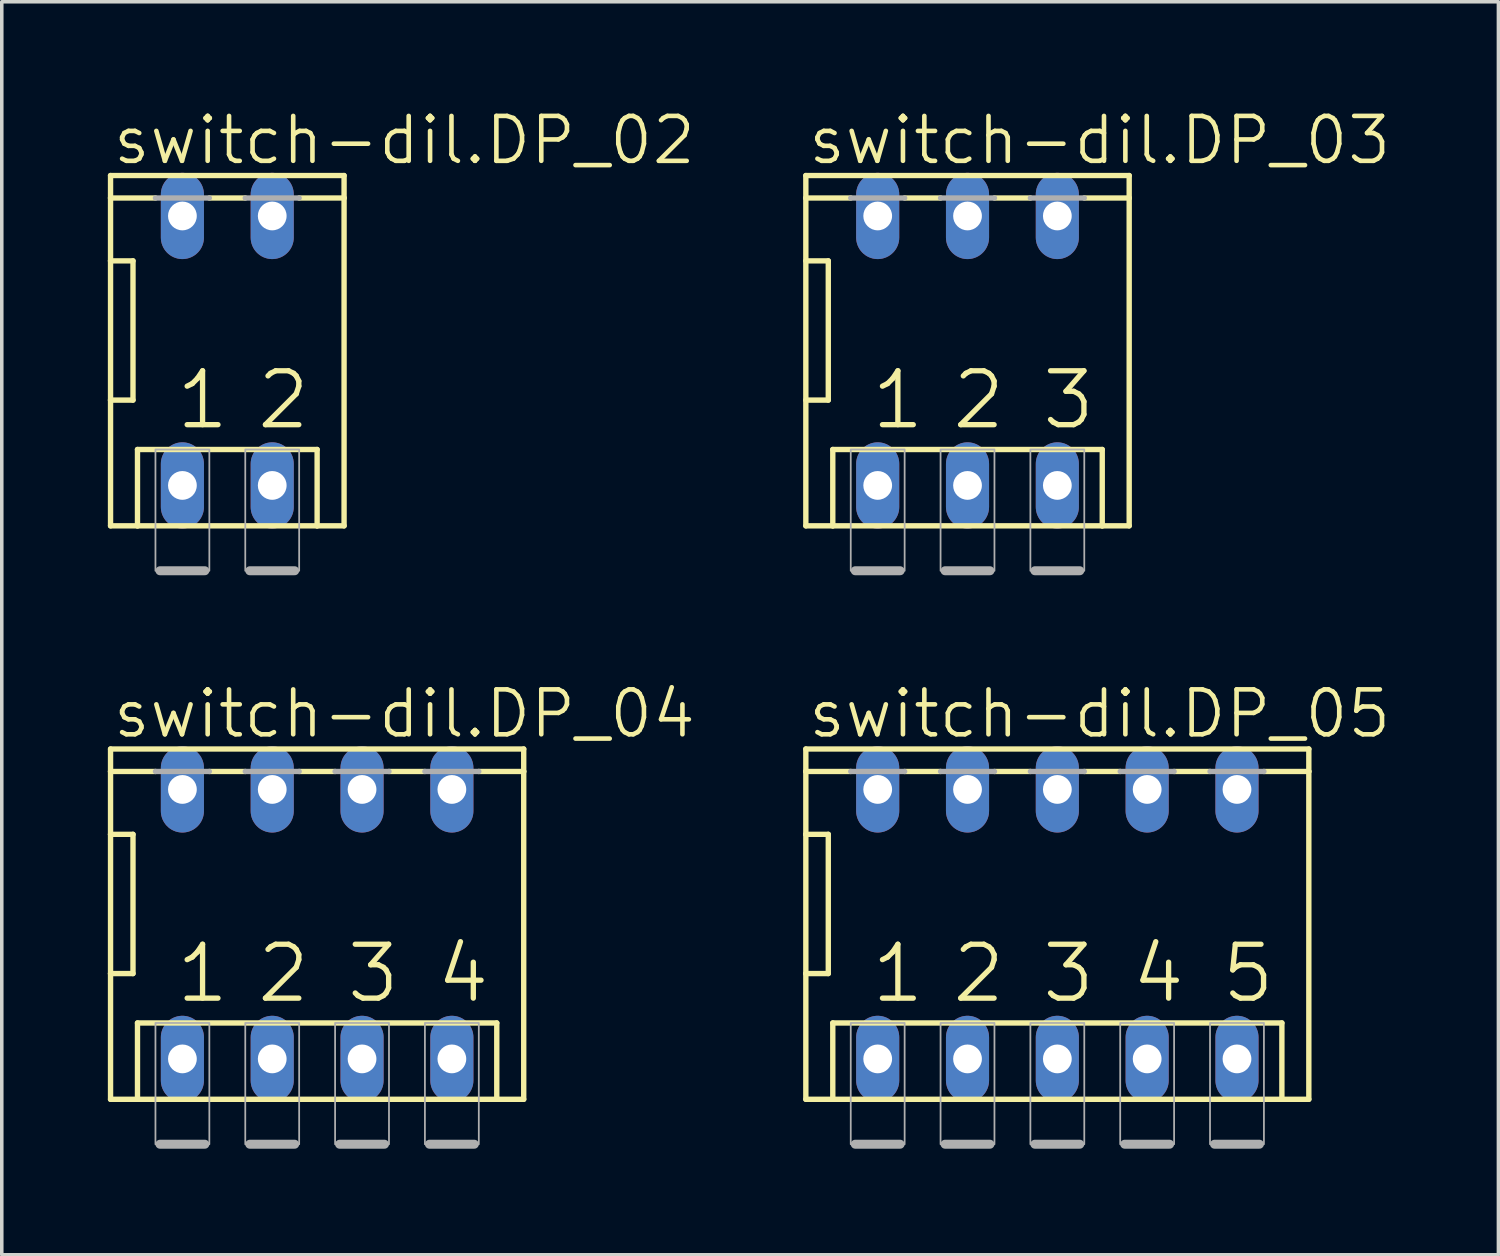
<source format=kicad_pcb>
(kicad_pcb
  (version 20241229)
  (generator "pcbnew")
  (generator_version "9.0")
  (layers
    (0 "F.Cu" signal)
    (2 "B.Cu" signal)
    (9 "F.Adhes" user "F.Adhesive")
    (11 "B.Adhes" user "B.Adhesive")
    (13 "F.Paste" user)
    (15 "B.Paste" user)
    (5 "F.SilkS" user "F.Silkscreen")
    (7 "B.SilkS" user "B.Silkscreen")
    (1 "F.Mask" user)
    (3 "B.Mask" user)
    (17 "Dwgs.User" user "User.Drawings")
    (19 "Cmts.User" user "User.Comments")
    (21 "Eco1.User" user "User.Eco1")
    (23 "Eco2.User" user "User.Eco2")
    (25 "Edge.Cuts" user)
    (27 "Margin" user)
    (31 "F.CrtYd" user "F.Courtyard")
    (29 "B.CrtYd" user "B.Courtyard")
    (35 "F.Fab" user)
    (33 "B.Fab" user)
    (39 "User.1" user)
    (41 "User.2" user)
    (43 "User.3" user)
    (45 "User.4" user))
  (footprint "switch-dil.DP_03"
    (layer "F.Cu")
    (at 24.31 6.867)
    (property "Reference" "switch-dil.DP_03" (at -4.572 -5.207 0) (layer "F.SilkS") (effects (font (size 1.27 1.27) (thickness 0.13)) (justify left bottom)))
    (attr through_hole)
    (fp_line (start -4.572 -4.953) (end -4.572 -4.318) (stroke (width 0.152) (type default)) (layer "F.SilkS"))
    (fp_line (start -4.572 -4.318) (end -4.572 4.953) (stroke (width 0.152) (type default)) (layer "F.SilkS"))
    (fp_line (start -4.572 -2.54) (end -3.937 -2.54) (stroke (width 0.152) (type default)) (layer "F.SilkS"))
    (fp_line (start -4.572 4.953) (end -3.81 4.953) (stroke (width 0.152) (type default)) (layer "F.SilkS"))
    (fp_line (start -3.937 1.397) (end -4.572 1.397) (stroke (width 0.152) (type default)) (layer "F.SilkS"))
    (fp_line (start -3.937 1.397) (end -3.937 -2.54) (stroke (width 0.152) (type default)) (layer "F.SilkS"))
    (fp_line (start -3.81 2.794) (end -3.81 4.953) (stroke (width 0.152) (type default)) (layer "F.SilkS"))
    (fp_line (start -3.81 2.794) (end 3.81 2.794) (stroke (width 0.152) (type default)) (layer "F.SilkS"))
    (fp_line (start -3.81 4.953) (end 3.81 4.953) (stroke (width 0.152) (type default)) (layer "F.SilkS"))
    (fp_line (start -3.302 -4.318) (end -4.572 -4.318) (stroke (width 0.152) (type default)) (layer "F.SilkS"))
    (fp_line (start -1.778 -4.318) (end -0.762 -4.318) (stroke (width 0.152) (type default)) (layer "F.SilkS"))
    (fp_line (start 0.762 -4.318) (end 1.778 -4.318) (stroke (width 0.152) (type default)) (layer "F.SilkS"))
    (fp_line (start 3.81 2.794) (end 3.81 4.953) (stroke (width 0.152) (type default)) (layer "F.SilkS"))
    (fp_line (start 3.81 4.953) (end 4.572 4.953) (stroke (width 0.152) (type default)) (layer "F.SilkS"))
    (fp_line (start 4.572 -4.953) (end -4.572 -4.953) (stroke (width 0.152) (type default)) (layer "F.SilkS"))
    (fp_line (start 4.572 -4.318) (end 3.302 -4.318) (stroke (width 0.152) (type default)) (layer "F.SilkS"))
    (fp_line (start 4.572 -4.318) (end 4.572 -4.953) (stroke (width 0.152) (type default)) (layer "F.SilkS"))
    (fp_line (start 4.572 4.953) (end 4.572 -4.318) (stroke (width 0.152) (type default)) (layer "F.SilkS"))
    (fp_line (start -3.175 6.223) (end -1.905 6.223) (stroke (width 0.254) (type default)) (layer "F.Fab"))
    (fp_line (start -1.778 -4.318) (end -3.302 -4.318) (stroke (width 0.152) (type default)) (layer "F.Fab"))
    (fp_line (start -0.635 6.223) (end 0.635 6.223) (stroke (width 0.254) (type default)) (layer "F.Fab"))
    (fp_line (start 0.762 -4.318) (end -0.762 -4.318) (stroke (width 0.152) (type default)) (layer "F.Fab"))
    (fp_line (start 1.905 6.223) (end 3.175 6.223) (stroke (width 0.254) (type default)) (layer "F.Fab"))
    (fp_line (start 3.302 -4.318) (end 1.778 -4.318) (stroke (width 0.152) (type default)) (layer "F.Fab"))
    (fp_rect (start -3.302 6.223) (end -1.778 2.794) (stroke (width 0.05) (type default)) (fill no) (layer "F.Fab"))
    (fp_rect (start -0.762 6.223) (end 0.762 2.794) (stroke (width 0.05) (type default)) (fill no) (layer "F.Fab"))
    (fp_rect (start 1.778 6.223) (end 3.302 2.794) (stroke (width 0.05) (type default)) (fill no) (layer "F.Fab"))
    (fp_text user "3" (at 2.032 2.286 0) (layer "F.SilkS") (effects (font (size 1.524 1.524) (thickness 0.15)) (justify left bottom)))
    (fp_text user "2" (at -0.508 2.286 0) (layer "F.SilkS") (effects (font (size 1.524 1.524) (thickness 0.15)) (justify left bottom)))
    (fp_text user "1" (at -2.794 2.286 0) (layer "F.SilkS") (effects (font (size 1.524 1.524) (thickness 0.15)) (justify left bottom)))
    (pad "1" thru_hole oval (at -2.54 3.81 90) (size 2.438 1.219) (drill 0.813) (layers "*.Cu" "*.Mask"))
    (pad "2" thru_hole oval (at 0 3.81 90) (size 2.438 1.219) (drill 0.813) (layers "*.Cu" "*.Mask"))
    (pad "3" thru_hole oval (at 2.54 3.81 90) (size 2.438 1.219) (drill 0.813) (layers "*.Cu" "*.Mask"))
    (pad "4" thru_hole oval (at 2.54 -3.81 90) (size 2.438 1.219) (drill 0.813) (layers "*.Cu" "*.Mask"))
    (pad "5" thru_hole oval (at 0 -3.81 90) (size 2.438 1.219) (drill 0.813) (layers "*.Cu" "*.Mask"))
    (pad "6" thru_hole oval (at -2.54 -3.81 90) (size 2.438 1.219) (drill 0.813) (layers "*.Cu" "*.Mask")))
  (footprint "switch-dil.DP_04"
    (layer "F.Cu")
    (at 5.918 23.084)
    (property "Reference" "switch-dil.DP_04" (at -5.842 -5.207 0) (layer "F.SilkS") (effects (font (size 1.27 1.27) (thickness 0.13)) (justify left bottom)))
    (attr through_hole)
    (fp_line (start -5.842 -4.953) (end -5.842 -4.318) (stroke (width 0.152) (type default)) (layer "F.SilkS"))
    (fp_line (start -5.842 -4.318) (end -5.842 -2.54) (stroke (width 0.152) (type default)) (layer "F.SilkS"))
    (fp_line (start -5.842 -2.54) (end -5.842 1.397) (stroke (width 0.152) (type default)) (layer "F.SilkS"))
    (fp_line (start -5.842 -2.54) (end -5.207 -2.54) (stroke (width 0.152) (type default)) (layer "F.SilkS"))
    (fp_line (start -5.842 1.397) (end -5.842 4.953) (stroke (width 0.152) (type default)) (layer "F.SilkS"))
    (fp_line (start -5.842 4.953) (end -5.08 4.953) (stroke (width 0.152) (type default)) (layer "F.SilkS"))
    (fp_line (start -5.207 1.397) (end -5.842 1.397) (stroke (width 0.152) (type default)) (layer "F.SilkS"))
    (fp_line (start -5.207 1.397) (end -5.207 -2.54) (stroke (width 0.152) (type default)) (layer "F.SilkS"))
    (fp_line (start -5.08 2.794) (end -5.08 4.953) (stroke (width 0.152) (type default)) (layer "F.SilkS"))
    (fp_line (start -5.08 2.794) (end 5.08 2.794) (stroke (width 0.152) (type default)) (layer "F.SilkS"))
    (fp_line (start -5.08 4.953) (end 5.08 4.953) (stroke (width 0.152) (type default)) (layer "F.SilkS"))
    (fp_line (start -4.572 -4.318) (end -5.842 -4.318) (stroke (width 0.152) (type default)) (layer "F.SilkS"))
    (fp_line (start -3.048 -4.318) (end -2.032 -4.318) (stroke (width 0.152) (type default)) (layer "F.SilkS"))
    (fp_line (start -0.508 -4.318) (end 0.508 -4.318) (stroke (width 0.152) (type default)) (layer "F.SilkS"))
    (fp_line (start 2.032 -4.318) (end 3.048 -4.318) (stroke (width 0.152) (type default)) (layer "F.SilkS"))
    (fp_line (start 5.08 2.794) (end 5.08 4.953) (stroke (width 0.152) (type default)) (layer "F.SilkS"))
    (fp_line (start 5.08 4.953) (end 5.842 4.953) (stroke (width 0.152) (type default)) (layer "F.SilkS"))
    (fp_line (start 5.842 -4.953) (end -5.842 -4.953) (stroke (width 0.152) (type default)) (layer "F.SilkS"))
    (fp_line (start 5.842 -4.318) (end 4.572 -4.318) (stroke (width 0.152) (type default)) (layer "F.SilkS"))
    (fp_line (start 5.842 -4.318) (end 5.842 -4.953) (stroke (width 0.152) (type default)) (layer "F.SilkS"))
    (fp_line (start 5.842 4.953) (end 5.842 -4.318) (stroke (width 0.152) (type default)) (layer "F.SilkS"))
    (fp_line (start -4.445 6.223) (end -3.175 6.223) (stroke (width 0.254) (type default)) (layer "F.Fab"))
    (fp_line (start -3.048 -4.318) (end -4.572 -4.318) (stroke (width 0.152) (type default)) (layer "F.Fab"))
    (fp_line (start -1.905 6.223) (end -0.635 6.223) (stroke (width 0.254) (type default)) (layer "F.Fab"))
    (fp_line (start -0.508 -4.318) (end -2.032 -4.318) (stroke (width 0.152) (type default)) (layer "F.Fab"))
    (fp_line (start 0.635 6.223) (end 1.905 6.223) (stroke (width 0.254) (type default)) (layer "F.Fab"))
    (fp_line (start 2.032 -4.318) (end 0.508 -4.318) (stroke (width 0.152) (type default)) (layer "F.Fab"))
    (fp_line (start 3.175 6.223) (end 4.445 6.223) (stroke (width 0.254) (type default)) (layer "F.Fab"))
    (fp_line (start 4.572 -4.318) (end 3.048 -4.318) (stroke (width 0.152) (type default)) (layer "F.Fab"))
    (fp_rect (start -4.572 6.223) (end -3.048 2.794) (stroke (width 0.05) (type default)) (fill no) (layer "F.Fab"))
    (fp_rect (start -2.032 6.223) (end -0.508 2.794) (stroke (width 0.05) (type default)) (fill no) (layer "F.Fab"))
    (fp_rect (start 0.508 6.223) (end 2.032 2.794) (stroke (width 0.05) (type default)) (fill no) (layer "F.Fab"))
    (fp_rect (start 3.048 6.223) (end 4.572 2.794) (stroke (width 0.05) (type default)) (fill no) (layer "F.Fab"))
    (fp_text user "4" (at 3.302 2.286 0) (layer "F.SilkS") (effects (font (size 1.524 1.524) (thickness 0.15)) (justify left bottom)))
    (fp_text user "3" (at 0.762 2.286 0) (layer "F.SilkS") (effects (font (size 1.524 1.524) (thickness 0.15)) (justify left bottom)))
    (fp_text user "2" (at -1.778 2.286 0) (layer "F.SilkS") (effects (font (size 1.524 1.524) (thickness 0.15)) (justify left bottom)))
    (fp_text user "1" (at -4.064 2.286 0) (layer "F.SilkS") (effects (font (size 1.524 1.524) (thickness 0.15)) (justify left bottom)))
    (pad "1" thru_hole oval (at -3.81 3.81 90) (size 2.438 1.219) (drill 0.813) (layers "*.Cu" "*.Mask"))
    (pad "2" thru_hole oval (at -1.27 3.81 90) (size 2.438 1.219) (drill 0.813) (layers "*.Cu" "*.Mask"))
    (pad "3" thru_hole oval (at 1.27 3.81 90) (size 2.438 1.219) (drill 0.813) (layers "*.Cu" "*.Mask"))
    (pad "4" thru_hole oval (at 3.81 3.81 90) (size 2.438 1.219) (drill 0.813) (layers "*.Cu" "*.Mask"))
    (pad "5" thru_hole oval (at 3.81 -3.81 90) (size 2.438 1.219) (drill 0.813) (layers "*.Cu" "*.Mask"))
    (pad "6" thru_hole oval (at 1.27 -3.81 90) (size 2.438 1.219) (drill 0.813) (layers "*.Cu" "*.Mask"))
    (pad "7" thru_hole oval (at -1.27 -3.81 90) (size 2.438 1.219) (drill 0.813) (layers "*.Cu" "*.Mask"))
    (pad "8" thru_hole oval (at -3.81 -3.81 90) (size 2.438 1.219) (drill 0.813) (layers "*.Cu" "*.Mask")))
  (footprint "switch-dil.DP_02"
    (layer "F.Cu")
    (at 3.378 6.867)
    (property "Reference" "switch-dil.DP_02" (at -3.302 -5.207 0) (layer "F.SilkS") (effects (font (size 1.27 1.27) (thickness 0.13)) (justify left bottom)))
    (attr through_hole)
    (fp_line (start -3.302 -4.953) (end -3.302 -4.318) (stroke (width 0.152) (type default)) (layer "F.SilkS"))
    (fp_line (start -3.302 -4.318) (end -3.302 -2.54) (stroke (width 0.152) (type default)) (layer "F.SilkS"))
    (fp_line (start -3.302 -2.54) (end -3.302 1.397) (stroke (width 0.152) (type default)) (layer "F.SilkS"))
    (fp_line (start -3.302 -2.54) (end -2.667 -2.54) (stroke (width 0.152) (type default)) (layer "F.SilkS"))
    (fp_line (start -3.302 1.397) (end -3.302 4.953) (stroke (width 0.152) (type default)) (layer "F.SilkS"))
    (fp_line (start -3.302 4.953) (end -2.54 4.953) (stroke (width 0.152) (type default)) (layer "F.SilkS"))
    (fp_line (start -2.667 1.397) (end -3.302 1.397) (stroke (width 0.152) (type default)) (layer "F.SilkS"))
    (fp_line (start -2.667 1.397) (end -2.667 -2.54) (stroke (width 0.152) (type default)) (layer "F.SilkS"))
    (fp_line (start -2.54 2.794) (end -2.54 4.953) (stroke (width 0.152) (type default)) (layer "F.SilkS"))
    (fp_line (start -2.54 2.794) (end 2.54 2.794) (stroke (width 0.152) (type default)) (layer "F.SilkS"))
    (fp_line (start -2.54 4.953) (end 2.54 4.953) (stroke (width 0.152) (type default)) (layer "F.SilkS"))
    (fp_line (start -2.032 -4.318) (end -3.302 -4.318) (stroke (width 0.152) (type default)) (layer "F.SilkS"))
    (fp_line (start -0.508 -4.318) (end 0.508 -4.318) (stroke (width 0.152) (type default)) (layer "F.SilkS"))
    (fp_line (start 2.54 2.794) (end 2.54 4.953) (stroke (width 0.152) (type default)) (layer "F.SilkS"))
    (fp_line (start 2.54 4.953) (end 3.302 4.953) (stroke (width 0.152) (type default)) (layer "F.SilkS"))
    (fp_line (start 3.302 -4.953) (end -3.302 -4.953) (stroke (width 0.152) (type default)) (layer "F.SilkS"))
    (fp_line (start 3.302 -4.318) (end 2.032 -4.318) (stroke (width 0.152) (type default)) (layer "F.SilkS"))
    (fp_line (start 3.302 -4.318) (end 3.302 -4.953) (stroke (width 0.152) (type default)) (layer "F.SilkS"))
    (fp_line (start 3.302 4.953) (end 3.302 -4.318) (stroke (width 0.152) (type default)) (layer "F.SilkS"))
    (fp_line (start -1.905 6.223) (end -0.635 6.223) (stroke (width 0.254) (type default)) (layer "F.Fab"))
    (fp_line (start -0.508 -4.318) (end -2.032 -4.318) (stroke (width 0.152) (type default)) (layer "F.Fab"))
    (fp_line (start 0.635 6.223) (end 1.905 6.223) (stroke (width 0.254) (type default)) (layer "F.Fab"))
    (fp_line (start 2.032 -4.318) (end 0.508 -4.318) (stroke (width 0.152) (type default)) (layer "F.Fab"))
    (fp_rect (start -2.032 6.223) (end -0.508 2.794) (stroke (width 0.05) (type default)) (fill no) (layer "F.Fab"))
    (fp_rect (start 0.508 6.223) (end 2.032 2.794) (stroke (width 0.05) (type default)) (fill no) (layer "F.Fab"))
    (fp_text user "2" (at 0.762 2.286 0) (layer "F.SilkS") (effects (font (size 1.524 1.524) (thickness 0.15)) (justify left bottom)))
    (fp_text user "1" (at -1.524 2.286 0) (layer "F.SilkS") (effects (font (size 1.524 1.524) (thickness 0.15)) (justify left bottom)))
    (pad "1" thru_hole oval (at -1.27 3.81 90) (size 2.438 1.219) (drill 0.813) (layers "*.Cu" "*.Mask"))
    (pad "2" thru_hole oval (at 1.27 3.81 90) (size 2.438 1.219) (drill 0.813) (layers "*.Cu" "*.Mask"))
    (pad "3" thru_hole oval (at 1.27 -3.81 90) (size 2.438 1.219) (drill 0.813) (layers "*.Cu" "*.Mask"))
    (pad "4" thru_hole oval (at -1.27 -3.81 90) (size 2.438 1.219) (drill 0.813) (layers "*.Cu" "*.Mask")))
  (footprint "switch-dil.DP_05"
    (layer "F.Cu")
    (at 26.85 23.084)
    (property "Reference" "switch-dil.DP_05" (at -7.112 -5.207 0) (layer "F.SilkS") (effects (font (size 1.27 1.27) (thickness 0.13)) (justify left bottom)))
    (attr through_hole)
    (fp_line (start -7.112 -4.953) (end -7.112 -4.318) (stroke (width 0.152) (type default)) (layer "F.SilkS"))
    (fp_line (start -7.112 -4.318) (end -7.112 -2.54) (stroke (width 0.152) (type default)) (layer "F.SilkS"))
    (fp_line (start -7.112 -2.54) (end -7.112 1.397) (stroke (width 0.152) (type default)) (layer "F.SilkS"))
    (fp_line (start -7.112 -2.54) (end -6.477 -2.54) (stroke (width 0.152) (type default)) (layer "F.SilkS"))
    (fp_line (start -7.112 1.397) (end -7.112 4.953) (stroke (width 0.152) (type default)) (layer "F.SilkS"))
    (fp_line (start -7.112 4.953) (end -6.35 4.953) (stroke (width 0.152) (type default)) (layer "F.SilkS"))
    (fp_line (start -6.477 1.397) (end -7.112 1.397) (stroke (width 0.152) (type default)) (layer "F.SilkS"))
    (fp_line (start -6.477 1.397) (end -6.477 -2.54) (stroke (width 0.152) (type default)) (layer "F.SilkS"))
    (fp_line (start -6.35 2.794) (end -6.35 4.953) (stroke (width 0.152) (type default)) (layer "F.SilkS"))
    (fp_line (start -6.35 2.794) (end 6.35 2.794) (stroke (width 0.152) (type default)) (layer "F.SilkS"))
    (fp_line (start -6.35 4.953) (end 6.35 4.953) (stroke (width 0.152) (type default)) (layer "F.SilkS"))
    (fp_line (start -5.842 -4.318) (end -7.112 -4.318) (stroke (width 0.152) (type default)) (layer "F.SilkS"))
    (fp_line (start -4.318 -4.318) (end -3.302 -4.318) (stroke (width 0.152) (type default)) (layer "F.SilkS"))
    (fp_line (start -1.778 -4.318) (end -0.762 -4.318) (stroke (width 0.152) (type default)) (layer "F.SilkS"))
    (fp_line (start 0.762 -4.318) (end 1.778 -4.318) (stroke (width 0.152) (type default)) (layer "F.SilkS"))
    (fp_line (start 3.302 -4.318) (end 4.318 -4.318) (stroke (width 0.152) (type default)) (layer "F.SilkS"))
    (fp_line (start 6.35 2.794) (end 6.35 4.953) (stroke (width 0.152) (type default)) (layer "F.SilkS"))
    (fp_line (start 6.35 4.953) (end 7.112 4.953) (stroke (width 0.152) (type default)) (layer "F.SilkS"))
    (fp_line (start 7.112 -4.953) (end -7.112 -4.953) (stroke (width 0.152) (type default)) (layer "F.SilkS"))
    (fp_line (start 7.112 -4.318) (end 5.842 -4.318) (stroke (width 0.152) (type default)) (layer "F.SilkS"))
    (fp_line (start 7.112 -4.318) (end 7.112 -4.953) (stroke (width 0.152) (type default)) (layer "F.SilkS"))
    (fp_line (start 7.112 4.953) (end 7.112 -4.318) (stroke (width 0.152) (type default)) (layer "F.SilkS"))
    (fp_line (start -5.715 6.223) (end -4.445 6.223) (stroke (width 0.254) (type default)) (layer "F.Fab"))
    (fp_line (start -4.318 -4.318) (end -5.842 -4.318) (stroke (width 0.152) (type default)) (layer "F.Fab"))
    (fp_line (start -3.175 6.223) (end -1.905 6.223) (stroke (width 0.254) (type default)) (layer "F.Fab"))
    (fp_line (start -1.778 -4.318) (end -3.302 -4.318) (stroke (width 0.152) (type default)) (layer "F.Fab"))
    (fp_line (start -0.635 6.223) (end 0.635 6.223) (stroke (width 0.254) (type default)) (layer "F.Fab"))
    (fp_line (start 0.762 -4.318) (end -0.762 -4.318) (stroke (width 0.152) (type default)) (layer "F.Fab"))
    (fp_line (start 1.905 6.223) (end 3.175 6.223) (stroke (width 0.254) (type default)) (layer "F.Fab"))
    (fp_line (start 3.302 -4.318) (end 1.778 -4.318) (stroke (width 0.152) (type default)) (layer "F.Fab"))
    (fp_line (start 4.445 6.223) (end 5.715 6.223) (stroke (width 0.254) (type default)) (layer "F.Fab"))
    (fp_line (start 5.842 -4.318) (end 4.318 -4.318) (stroke (width 0.152) (type default)) (layer "F.Fab"))
    (fp_rect (start -5.842 6.223) (end -4.318 2.794) (stroke (width 0.05) (type default)) (fill no) (layer "F.Fab"))
    (fp_rect (start -3.302 6.223) (end -1.778 2.794) (stroke (width 0.05) (type default)) (fill no) (layer "F.Fab"))
    (fp_rect (start -0.762 6.223) (end 0.762 2.794) (stroke (width 0.05) (type default)) (fill no) (layer "F.Fab"))
    (fp_rect (start 1.778 6.223) (end 3.302 2.794) (stroke (width 0.05) (type default)) (fill no) (layer "F.Fab"))
    (fp_rect (start 4.318 6.223) (end 5.842 2.794) (stroke (width 0.05) (type default)) (fill no) (layer "F.Fab"))
    (fp_text user "4" (at 2.032 2.286 0) (layer "F.SilkS") (effects (font (size 1.524 1.524) (thickness 0.15)) (justify left bottom)))
    (fp_text user "2" (at -3.048 2.286 0) (layer "F.SilkS") (effects (font (size 1.524 1.524) (thickness 0.15)) (justify left bottom)))
    (fp_text user "1" (at -5.334 2.286 0) (layer "F.SilkS") (effects (font (size 1.524 1.524) (thickness 0.15)) (justify left bottom)))
    (fp_text user "5" (at 4.572 2.286 0) (layer "F.SilkS") (effects (font (size 1.524 1.524) (thickness 0.15)) (justify left bottom)))
    (fp_text user "3" (at -0.508 2.286 0) (layer "F.SilkS") (effects (font (size 1.524 1.524) (thickness 0.15)) (justify left bottom)))
    (pad "1" thru_hole oval (at -5.08 3.81 90) (size 2.438 1.219) (drill 0.813) (layers "*.Cu" "*.Mask"))
    (pad "2" thru_hole oval (at -2.54 3.81 90) (size 2.438 1.219) (drill 0.813) (layers "*.Cu" "*.Mask"))
    (pad "3" thru_hole oval (at 0 3.81 90) (size 2.438 1.219) (drill 0.813) (layers "*.Cu" "*.Mask"))
    (pad "4" thru_hole oval (at 2.54 3.81 90) (size 2.438 1.219) (drill 0.813) (layers "*.Cu" "*.Mask"))
    (pad "5" thru_hole oval (at 5.08 3.81 90) (size 2.438 1.219) (drill 0.813) (layers "*.Cu" "*.Mask"))
    (pad "6" thru_hole oval (at 5.08 -3.81 90) (size 2.438 1.219) (drill 0.813) (layers "*.Cu" "*.Mask"))
    (pad "7" thru_hole oval (at 2.54 -3.81 90) (size 2.438 1.219) (drill 0.813) (layers "*.Cu" "*.Mask"))
    (pad "8" thru_hole oval (at 0 -3.81 90) (size 2.438 1.219) (drill 0.813) (layers "*.Cu" "*.Mask"))
    (pad "9" thru_hole oval (at -2.54 -3.81 90) (size 2.438 1.219) (drill 0.813) (layers "*.Cu" "*.Mask"))
    (pad "10" thru_hole oval (at -5.08 -3.81 90) (size 2.438 1.219) (drill 0.813) (layers "*.Cu" "*.Mask")))
  (gr_rect
    (start -3 -3)
    (end 39.323 32.434)
    (stroke (width 0.1) (type default))
    (fill no)
    (layer "Edge.Cuts")))
</source>
